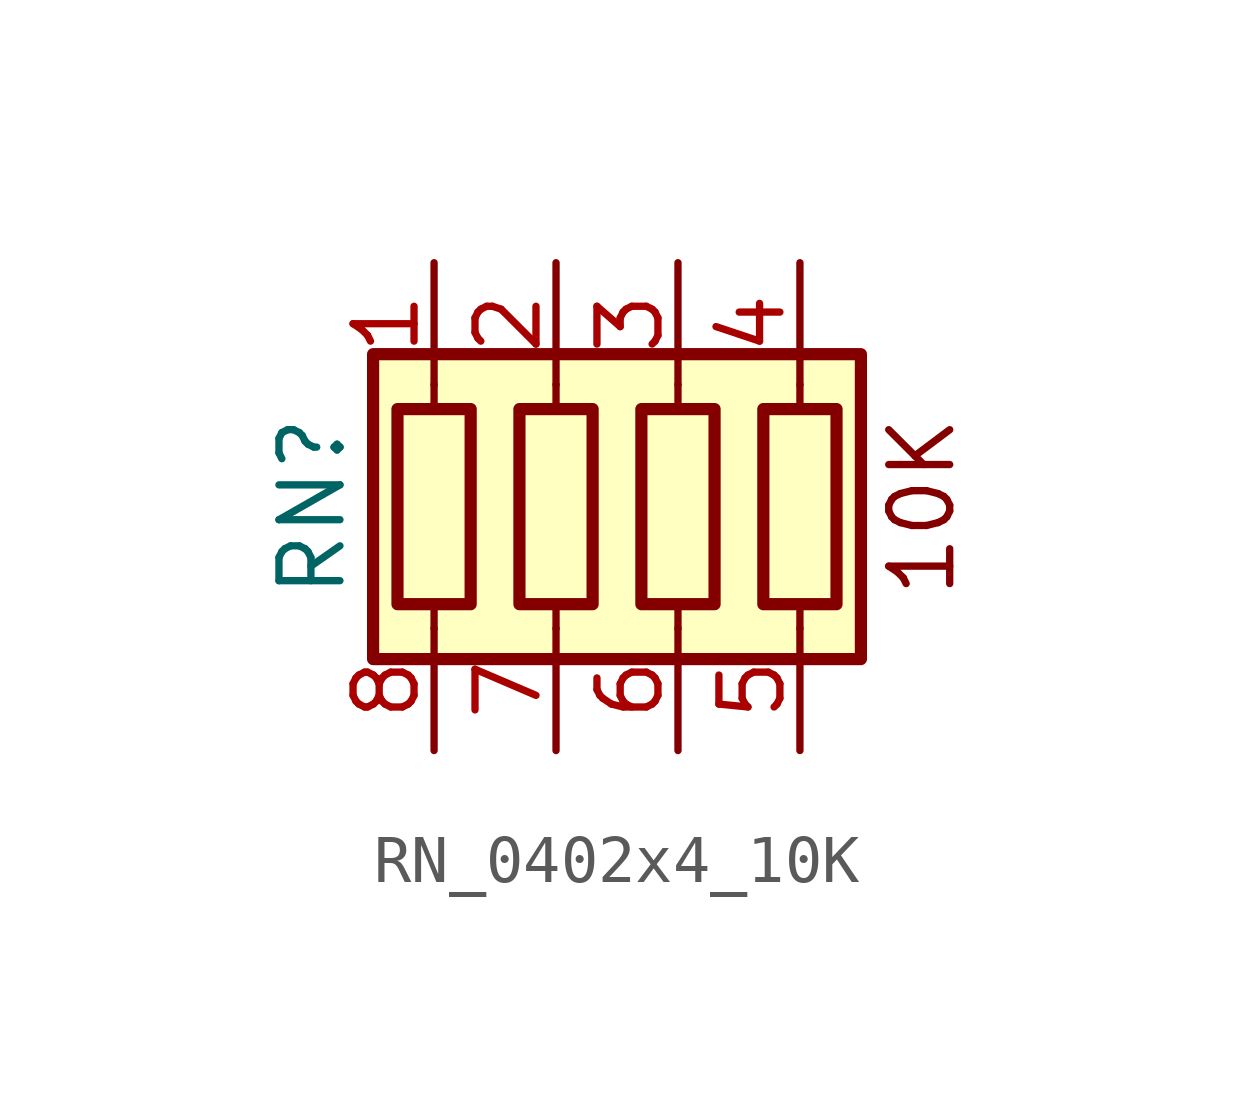
<source format=kicad_sym>
(kicad_symbol_lib
  (version 20211014)
  (generator kicad_symbol_editor)
  (symbol "RN_0402x4_10K"
    (pin_names
      (offset 0) hide)
    (property "Reference" "RN"
      (at -7.62 0 90)
      (effects (font (size 1.27 1.27))))
    (symbol "RN_0402x4_10K_0_0"
      (text "10K" (at 5.08 0 900) (effects (font (size 1.27 1.27))))
      (pin passive line (at 0 -5.08 90) (length 2.54) (name "R3_B" (effects (font (size 1.27 1.27)))) (number "6" (effects (font (size 1.27 1.27)))))
      (pin passive line (at -2.54 -5.08 90) (length 2.54) (name "R2_B" (effects (font (size 1.27 1.27)))) (number "7" (effects (font (size 1.27 1.27)))))
      (pin passive line (at -5.08 -5.08 90) (length 2.54) (name "R1_B" (effects (font (size 1.27 1.27)))) (number "8" (effects (font (size 1.27 1.27))))))
    (symbol "RN_0402x4_10K_0_1"
      (rectangle (start -6.35 -3.175) (end 3.81 3.175) (stroke (width 0.254) (type default) (color 0 0 0 0)) (fill (type background)))
      (rectangle (start -5.842 2.032) (end -4.318 -2.032) (stroke (width 0.254) (type default) (color 0 0 0 0)) (fill (type none)))
      (rectangle (start -3.302 2.032) (end -1.778 -2.032) (stroke (width 0.254) (type default) (color 0 0 0 0)) (fill (type none)))
      (rectangle (start -0.762 2.032) (end 0.762 -2.032) (stroke (width 0.254) (type default) (color 0 0 0 0)) (fill (type none)))
      (polyline (pts (xy -5.08 -2.032) (xy -5.08 -2.54)) (stroke (width 0) (type default) (color 0 0 0 0)) (fill (type none)))
      (polyline (pts (xy -5.08 2.54) (xy -5.08 2.032)) (stroke (width 0) (type default) (color 0 0 0 0)) (fill (type none)))
      (polyline (pts (xy -2.54 -2.032) (xy -2.54 -2.54)) (stroke (width 0) (type default) (color 0 0 0 0)) (fill (type none)))
      (polyline (pts (xy -2.54 2.54) (xy -2.54 2.032)) (stroke (width 0) (type default) (color 0 0 0 0)) (fill (type none)))
      (polyline (pts (xy 0 -2.032) (xy 0 -2.54)) (stroke (width 0) (type default) (color 0 0 0 0)) (fill (type none)))
      (polyline (pts (xy 0 2.54) (xy 0 2.032)) (stroke (width 0) (type default) (color 0 0 0 0)) (fill (type none)))
      (polyline (pts (xy 2.54 -2.032) (xy 2.54 -2.54)) (stroke (width 0) (type default) (color 0 0 0 0)) (fill (type none)))
      (polyline (pts (xy 2.54 2.54) (xy 2.54 2.032)) (stroke (width 0) (type default) (color 0 0 0 0)) (fill (type none)))
      (rectangle (start 1.778 2.032) (end 3.302 -2.032) (stroke (width 0.254) (type default) (color 0 0 0 0)) (fill (type none))))
    (symbol "RN_0402x4_10K_1_1"
      (pin passive line (at -5.08 5.08 270) (length 2.54) (name "R1_T" (effects (font (size 1.27 1.27)))) (number "1" (effects (font (size 1.27 1.27)))))
      (pin passive line (at -2.54 5.08 270) (length 2.54) (name "R2_T" (effects (font (size 1.27 1.27)))) (number "2" (effects (font (size 1.27 1.27)))))
      (pin passive line (at 0 5.08 270) (length 2.54) (name "R3_T" (effects (font (size 1.27 1.27)))) (number "3" (effects (font (size 1.27 1.27)))))
      (pin passive line (at 2.54 5.08 270) (length 2.54) (name "R4_T" (effects (font (size 1.27 1.27)))) (number "4" (effects (font (size 1.27 1.27)))))
      (pin passive line (at 2.54 -5.08 90) (length 2.54) (name "R4_B" (effects (font (size 1.27 1.27)))) (number "5" (effects (font (size 1.27 1.27))))))))
</source>
